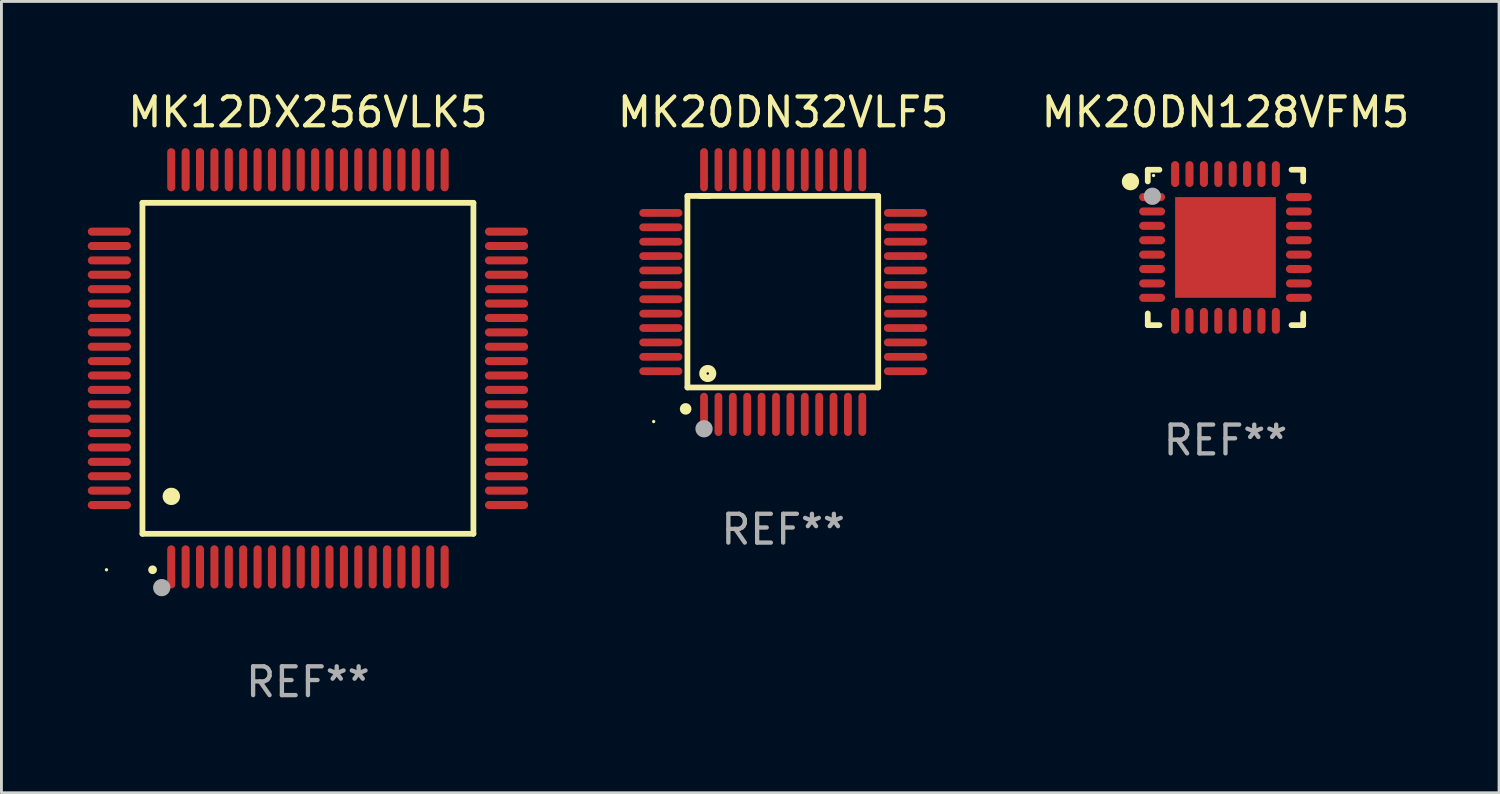
<source format=kicad_pcb>
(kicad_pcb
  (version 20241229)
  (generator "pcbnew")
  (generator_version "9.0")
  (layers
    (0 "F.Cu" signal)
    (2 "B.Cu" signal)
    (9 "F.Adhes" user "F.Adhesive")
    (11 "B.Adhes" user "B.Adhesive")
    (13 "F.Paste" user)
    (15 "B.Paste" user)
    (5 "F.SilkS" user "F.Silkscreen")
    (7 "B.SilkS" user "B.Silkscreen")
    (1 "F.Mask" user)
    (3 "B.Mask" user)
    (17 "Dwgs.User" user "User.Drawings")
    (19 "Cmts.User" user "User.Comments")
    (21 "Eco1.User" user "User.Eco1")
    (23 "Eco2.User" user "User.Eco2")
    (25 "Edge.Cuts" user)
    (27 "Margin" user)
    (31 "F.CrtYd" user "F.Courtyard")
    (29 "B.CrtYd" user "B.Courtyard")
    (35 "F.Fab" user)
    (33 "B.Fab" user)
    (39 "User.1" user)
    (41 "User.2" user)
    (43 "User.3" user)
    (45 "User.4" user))
  (footprint "MK20DN128VFM5"
    (layer "F.Cu")
    (at 39.532 5.548)
    (property "Reference" "MK20DN128VFM5" (at 0 -4.7 0) (layer "F.SilkS") (effects (font (size 1 1) (thickness 0.15))))
    (attr through_hole)
    (fp_line (start -2.7 -2.7) (end -2.295 -2.7) (stroke (width 0.2) (type solid)) (layer "F.SilkS"))
    (fp_line (start -2.7 -2.295) (end -2.7 -2.7) (stroke (width 0.2) (type solid)) (layer "F.SilkS"))
    (fp_line (start -2.7 2.295) (end -2.7 2.7) (stroke (width 0.2) (type solid)) (layer "F.SilkS"))
    (fp_line (start -2.7 2.7) (end -2.295 2.7) (stroke (width 0.2) (type solid)) (layer "F.SilkS"))
    (fp_line (start 2.295 -2.7) (end 2.7 -2.7) (stroke (width 0.2) (type solid)) (layer "F.SilkS"))
    (fp_line (start 2.295 2.7) (end 2.7 2.7) (stroke (width 0.2) (type solid)) (layer "F.SilkS"))
    (fp_line (start 2.7 -2.7) (end 2.7 -2.295) (stroke (width 0.2) (type solid)) (layer "F.SilkS"))
    (fp_line (start 2.7 2.7) (end 2.7 2.295) (stroke (width 0.2) (type solid)) (layer "F.SilkS"))
    (fp_circle (center -3.302 -2.286) (end -3.152 -2.286) (stroke (width 0.3) (type solid)) (fill no) (layer "F.SilkS"))
    (fp_circle (center -2.5 -2.5) (end -2.47 -2.5) (stroke (width 0.06) (type solid)) (fill no) (layer "F.SilkS"))
    (fp_circle (center -2.54 -1.778) (end -2.39 -1.778) (stroke (width 0.3) (type solid)) (fill no) (layer "F.Fab"))
    (fp_text user "REF**" (at 0 6.7 0) (layer "F.Fab") (effects (font (size 1 1) (thickness 0.15))))
    (pad "1" smd oval (at -2.55 -1.75 90) (size 0.28 0.9) (layers "F.Cu" "F.Mask" "F.Paste"))
    (pad "2" smd oval (at -2.55 -1.25 90) (size 0.28 0.9) (layers "F.Cu" "F.Mask" "F.Paste"))
    (pad "3" smd oval (at -2.55 -0.75 90) (size 0.28 0.9) (layers "F.Cu" "F.Mask" "F.Paste"))
    (pad "4" smd oval (at -2.55 -0.25 90) (size 0.28 0.9) (layers "F.Cu" "F.Mask" "F.Paste"))
    (pad "5" smd oval (at -2.55 0.25 90) (size 0.28 0.9) (layers "F.Cu" "F.Mask" "F.Paste"))
    (pad "6" smd oval (at -2.55 0.75 90) (size 0.28 0.9) (layers "F.Cu" "F.Mask" "F.Paste"))
    (pad "7" smd oval (at -2.55 1.25 90) (size 0.28 0.9) (layers "F.Cu" "F.Mask" "F.Paste"))
    (pad "8" smd oval (at -2.55 1.75 90) (size 0.28 0.9) (layers "F.Cu" "F.Mask" "F.Paste"))
    (pad "9" smd oval (at -1.75 2.55) (size 0.28 0.9) (layers "F.Cu" "F.Mask" "F.Paste"))
    (pad "10" smd oval (at -1.25 2.55) (size 0.28 0.9) (layers "F.Cu" "F.Mask" "F.Paste"))
    (pad "11" smd oval (at -0.75 2.55) (size 0.28 0.9) (layers "F.Cu" "F.Mask" "F.Paste"))
    (pad "12" smd oval (at -0.25 2.55) (size 0.28 0.9) (layers "F.Cu" "F.Mask" "F.Paste"))
    (pad "13" smd oval (at 0.25 2.55) (size 0.28 0.9) (layers "F.Cu" "F.Mask" "F.Paste"))
    (pad "14" smd oval (at 0.75 2.55) (size 0.28 0.9) (layers "F.Cu" "F.Mask" "F.Paste"))
    (pad "15" smd oval (at 1.25 2.55) (size 0.28 0.9) (layers "F.Cu" "F.Mask" "F.Paste"))
    (pad "16" smd oval (at 1.75 2.55) (size 0.28 0.9) (layers "F.Cu" "F.Mask" "F.Paste"))
    (pad "17" smd oval (at 2.55 1.75 90) (size 0.28 0.9) (layers "F.Cu" "F.Mask" "F.Paste"))
    (pad "18" smd oval (at 2.55 1.25 90) (size 0.28 0.9) (layers "F.Cu" "F.Mask" "F.Paste"))
    (pad "19" smd oval (at 2.55 0.75 90) (size 0.28 0.9) (layers "F.Cu" "F.Mask" "F.Paste"))
    (pad "20" smd oval (at 2.55 0.25 90) (size 0.28 0.9) (layers "F.Cu" "F.Mask" "F.Paste"))
    (pad "21" smd oval (at 2.55 -0.25 90) (size 0.28 0.9) (layers "F.Cu" "F.Mask" "F.Paste"))
    (pad "22" smd oval (at 2.55 -0.75 90) (size 0.28 0.9) (layers "F.Cu" "F.Mask" "F.Paste"))
    (pad "23" smd oval (at 2.55 -1.25 90) (size 0.28 0.9) (layers "F.Cu" "F.Mask" "F.Paste"))
    (pad "24" smd oval (at 2.55 -1.75 90) (size 0.28 0.9) (layers "F.Cu" "F.Mask" "F.Paste"))
    (pad "25" smd oval (at 1.75 -2.55) (size 0.28 0.9) (layers "F.Cu" "F.Mask" "F.Paste"))
    (pad "26" smd oval (at 1.25 -2.55) (size 0.28 0.9) (layers "F.Cu" "F.Mask" "F.Paste"))
    (pad "27" smd oval (at 0.75 -2.55) (size 0.28 0.9) (layers "F.Cu" "F.Mask" "F.Paste"))
    (pad "28" smd oval (at 0.25 -2.55) (size 0.28 0.9) (layers "F.Cu" "F.Mask" "F.Paste"))
    (pad "29" smd oval (at -0.25 -2.55) (size 0.28 0.9) (layers "F.Cu" "F.Mask" "F.Paste"))
    (pad "30" smd oval (at -0.75 -2.55) (size 0.28 0.9) (layers "F.Cu" "F.Mask" "F.Paste"))
    (pad "31" smd oval (at -1.25 -2.55) (size 0.28 0.9) (layers "F.Cu" "F.Mask" "F.Paste"))
    (pad "32" smd oval (at -1.75 -2.55) (size 0.28 0.9) (layers "F.Cu" "F.Mask" "F.Paste"))
    (pad "33" smd rect (at 0 0) (size 3.5 3.5) (layers "F.Cu" "F.Mask" "F.Paste")))
  (footprint "MK12DX256VLK5"
    (layer "F.Cu")
    (at 7.65 9.748)
    (property "Reference" "MK12DX256VLK5" (at 0 -8.9 0) (layer "F.SilkS") (effects (font (size 1 1) (thickness 0.15))))
    (attr through_hole)
    (fp_line (start -5.75 -5.75) (end 5.75 -5.75) (stroke (width 0.2) (type solid)) (layer "F.SilkS"))
    (fp_line (start -5.75 5.75) (end -5.75 -5.75) (stroke (width 0.2) (type solid)) (layer "F.SilkS"))
    (fp_line (start 5.75 -5.75) (end 5.75 5.75) (stroke (width 0.2) (type solid)) (layer "F.SilkS"))
    (fp_line (start 5.75 5.75) (end -5.75 5.75) (stroke (width 0.2) (type solid)) (layer "F.SilkS"))
    (fp_arc (start -5.400051 7.000254) (mid -5.398781 7.000249) (end -5.397511 7.000254) (stroke (width 0.3) (type solid)) (layer "F.SilkS"))
    (fp_arc (start -4.749809 4.450089) (mid -4.747269 4.450078) (end -4.744729 4.450089) (stroke (width 0.6) (type solid)) (layer "F.SilkS"))
    (fp_circle (center -7 7) (end -6.97 7) (stroke (width 0.06) (type solid)) (fill no) (layer "F.SilkS"))
    (fp_circle (center -5.08 7.62) (end -4.93 7.62) (stroke (width 0.3) (type solid)) (fill no) (layer "F.Fab"))
    (fp_text user "REF**" (at 0 10.9 0) (layer "F.Fab") (effects (font (size 1 1) (thickness 0.15))))
    (pad "1" smd oval (at -4.75 6.9 180) (size 0.28 1.5) (layers "F.Cu" "F.Mask" "F.Paste"))
    (pad "2" smd oval (at -4.25 6.9 180) (size 0.28 1.5) (layers "F.Cu" "F.Mask" "F.Paste"))
    (pad "3" smd oval (at -3.75 6.9 180) (size 0.28 1.5) (layers "F.Cu" "F.Mask" "F.Paste"))
    (pad "4" smd oval (at -3.25 6.9 180) (size 0.28 1.5) (layers "F.Cu" "F.Mask" "F.Paste"))
    (pad "5" smd oval (at -2.75 6.9 180) (size 0.28 1.5) (layers "F.Cu" "F.Mask" "F.Paste"))
    (pad "6" smd oval (at -2.25 6.9 180) (size 0.28 1.5) (layers "F.Cu" "F.Mask" "F.Paste"))
    (pad "7" smd oval (at -1.75 6.9 180) (size 0.28 1.5) (layers "F.Cu" "F.Mask" "F.Paste"))
    (pad "8" smd oval (at -1.25 6.9 180) (size 0.28 1.5) (layers "F.Cu" "F.Mask" "F.Paste"))
    (pad "9" smd oval (at -0.75 6.9 180) (size 0.28 1.5) (layers "F.Cu" "F.Mask" "F.Paste"))
    (pad "10" smd oval (at -0.25 6.9 180) (size 0.28 1.5) (layers "F.Cu" "F.Mask" "F.Paste"))
    (pad "11" smd oval (at 0.25 6.9 180) (size 0.28 1.5) (layers "F.Cu" "F.Mask" "F.Paste"))
    (pad "12" smd oval (at 0.75 6.9 180) (size 0.28 1.5) (layers "F.Cu" "F.Mask" "F.Paste"))
    (pad "13" smd oval (at 1.25 6.9 180) (size 0.28 1.5) (layers "F.Cu" "F.Mask" "F.Paste"))
    (pad "14" smd oval (at 1.75 6.9 180) (size 0.28 1.5) (layers "F.Cu" "F.Mask" "F.Paste"))
    (pad "15" smd oval (at 2.25 6.9 180) (size 0.28 1.5) (layers "F.Cu" "F.Mask" "F.Paste"))
    (pad "16" smd oval (at 2.75 6.9 180) (size 0.28 1.5) (layers "F.Cu" "F.Mask" "F.Paste"))
    (pad "17" smd oval (at 3.25 6.9 180) (size 0.28 1.5) (layers "F.Cu" "F.Mask" "F.Paste"))
    (pad "18" smd oval (at 3.75 6.9 180) (size 0.28 1.5) (layers "F.Cu" "F.Mask" "F.Paste"))
    (pad "19" smd oval (at 4.25 6.9 180) (size 0.28 1.5) (layers "F.Cu" "F.Mask" "F.Paste"))
    (pad "20" smd oval (at 4.75 6.9) (size 0.28 1.5) (layers "F.Cu" "F.Mask" "F.Paste"))
    (pad "21" smd oval (at 6.9 4.75 270) (size 0.28 1.5) (layers "F.Cu" "F.Mask" "F.Paste"))
    (pad "22" smd oval (at 6.9 4.25 90) (size 0.28 1.5) (layers "F.Cu" "F.Mask" "F.Paste"))
    (pad "23" smd oval (at 6.9 3.75 90) (size 0.28 1.5) (layers "F.Cu" "F.Mask" "F.Paste"))
    (pad "24" smd oval (at 6.9 3.25 90) (size 0.28 1.5) (layers "F.Cu" "F.Mask" "F.Paste"))
    (pad "25" smd oval (at 6.9 2.75 90) (size 0.28 1.5) (layers "F.Cu" "F.Mask" "F.Paste"))
    (pad "26" smd oval (at 6.9 2.25 90) (size 0.28 1.5) (layers "F.Cu" "F.Mask" "F.Paste"))
    (pad "27" smd oval (at 6.9 1.75 90) (size 0.28 1.5) (layers "F.Cu" "F.Mask" "F.Paste"))
    (pad "28" smd oval (at 6.9 1.25 90) (size 0.28 1.5) (layers "F.Cu" "F.Mask" "F.Paste"))
    (pad "29" smd oval (at 6.9 0.75 90) (size 0.28 1.5) (layers "F.Cu" "F.Mask" "F.Paste"))
    (pad "30" smd oval (at 6.9 0.25 90) (size 0.28 1.5) (layers "F.Cu" "F.Mask" "F.Paste"))
    (pad "31" smd oval (at 6.9 -0.25 90) (size 0.28 1.5) (layers "F.Cu" "F.Mask" "F.Paste"))
    (pad "32" smd oval (at 6.9 -0.75 90) (size 0.28 1.5) (layers "F.Cu" "F.Mask" "F.Paste"))
    (pad "33" smd oval (at 6.9 -1.25 90) (size 0.28 1.5) (layers "F.Cu" "F.Mask" "F.Paste"))
    (pad "34" smd oval (at 6.9 -1.75 90) (size 0.28 1.5) (layers "F.Cu" "F.Mask" "F.Paste"))
    (pad "35" smd oval (at 6.9 -2.25 90) (size 0.28 1.5) (layers "F.Cu" "F.Mask" "F.Paste"))
    (pad "36" smd oval (at 6.9 -2.75 90) (size 0.28 1.5) (layers "F.Cu" "F.Mask" "F.Paste"))
    (pad "37" smd oval (at 6.9 -3.25 90) (size 0.28 1.5) (layers "F.Cu" "F.Mask" "F.Paste"))
    (pad "38" smd oval (at 6.9 -3.75 90) (size 0.28 1.5) (layers "F.Cu" "F.Mask" "F.Paste"))
    (pad "39" smd oval (at 6.9 -4.25 90) (size 0.28 1.5) (layers "F.Cu" "F.Mask" "F.Paste"))
    (pad "40" smd oval (at 6.9 -4.75 90) (size 0.28 1.5) (layers "F.Cu" "F.Mask" "F.Paste"))
    (pad "41" smd oval (at 4.75 -6.9) (size 0.28 1.5) (layers "F.Cu" "F.Mask" "F.Paste"))
    (pad "42" smd oval (at 4.25 -6.9 180) (size 0.28 1.5) (layers "F.Cu" "F.Mask" "F.Paste"))
    (pad "43" smd oval (at 3.75 -6.9 180) (size 0.28 1.5) (layers "F.Cu" "F.Mask" "F.Paste"))
    (pad "44" smd oval (at 3.25 -6.9 180) (size 0.28 1.5) (layers "F.Cu" "F.Mask" "F.Paste"))
    (pad "45" smd oval (at 2.75 -6.9 180) (size 0.28 1.5) (layers "F.Cu" "F.Mask" "F.Paste"))
    (pad "46" smd oval (at 2.25 -6.9 180) (size 0.28 1.5) (layers "F.Cu" "F.Mask" "F.Paste"))
    (pad "47" smd oval (at 1.75 -6.9 180) (size 0.28 1.5) (layers "F.Cu" "F.Mask" "F.Paste"))
    (pad "48" smd oval (at 1.25 -6.9 180) (size 0.28 1.5) (layers "F.Cu" "F.Mask" "F.Paste"))
    (pad "49" smd oval (at 0.75 -6.9 180) (size 0.28 1.5) (layers "F.Cu" "F.Mask" "F.Paste"))
    (pad "50" smd oval (at 0.25 -6.9 180) (size 0.28 1.5) (layers "F.Cu" "F.Mask" "F.Paste"))
    (pad "51" smd oval (at -0.25 -6.9 180) (size 0.28 1.5) (layers "F.Cu" "F.Mask" "F.Paste"))
    (pad "52" smd oval (at -0.75 -6.9 180) (size 0.28 1.5) (layers "F.Cu" "F.Mask" "F.Paste"))
    (pad "53" smd oval (at -1.25 -6.9 180) (size 0.28 1.5) (layers "F.Cu" "F.Mask" "F.Paste"))
    (pad "54" smd oval (at -1.75 -6.9 180) (size 0.28 1.5) (layers "F.Cu" "F.Mask" "F.Paste"))
    (pad "55" smd oval (at -2.25 -6.9 180) (size 0.28 1.5) (layers "F.Cu" "F.Mask" "F.Paste"))
    (pad "56" smd oval (at -2.75 -6.9 180) (size 0.28 1.5) (layers "F.Cu" "F.Mask" "F.Paste"))
    (pad "57" smd oval (at -3.25 -6.9 180) (size 0.28 1.5) (layers "F.Cu" "F.Mask" "F.Paste"))
    (pad "58" smd oval (at -3.75 -6.9 180) (size 0.28 1.5) (layers "F.Cu" "F.Mask" "F.Paste"))
    (pad "59" smd oval (at -4.25 -6.9 180) (size 0.28 1.5) (layers "F.Cu" "F.Mask" "F.Paste"))
    (pad "60" smd oval (at -4.75 -6.9 180) (size 0.28 1.5) (layers "F.Cu" "F.Mask" "F.Paste"))
    (pad "61" smd oval (at -6.9 -4.75 90) (size 0.28 1.5) (layers "F.Cu" "F.Mask" "F.Paste"))
    (pad "62" smd oval (at -6.9 -4.25 90) (size 0.28 1.5) (layers "F.Cu" "F.Mask" "F.Paste"))
    (pad "63" smd oval (at -6.9 -3.75 90) (size 0.28 1.5) (layers "F.Cu" "F.Mask" "F.Paste"))
    (pad "64" smd oval (at -6.9 -3.25 90) (size 0.28 1.5) (layers "F.Cu" "F.Mask" "F.Paste"))
    (pad "65" smd oval (at -6.9 -2.75 90) (size 0.28 1.5) (layers "F.Cu" "F.Mask" "F.Paste"))
    (pad "66" smd oval (at -6.9 -2.25 90) (size 0.28 1.5) (layers "F.Cu" "F.Mask" "F.Paste"))
    (pad "67" smd oval (at -6.9 -1.75 90) (size 0.28 1.5) (layers "F.Cu" "F.Mask" "F.Paste"))
    (pad "68" smd oval (at -6.9 -1.25 90) (size 0.28 1.5) (layers "F.Cu" "F.Mask" "F.Paste"))
    (pad "69" smd oval (at -6.9 -0.75 90) (size 0.28 1.5) (layers "F.Cu" "F.Mask" "F.Paste"))
    (pad "70" smd oval (at -6.9 -0.25 90) (size 0.28 1.5) (layers "F.Cu" "F.Mask" "F.Paste"))
    (pad "71" smd oval (at -6.9 0.25 90) (size 0.28 1.5) (layers "F.Cu" "F.Mask" "F.Paste"))
    (pad "72" smd oval (at -6.9 0.75 90) (size 0.28 1.5) (layers "F.Cu" "F.Mask" "F.Paste"))
    (pad "73" smd oval (at -6.9 1.25 90) (size 0.28 1.5) (layers "F.Cu" "F.Mask" "F.Paste"))
    (pad "74" smd oval (at -6.9 1.75 90) (size 0.28 1.5) (layers "F.Cu" "F.Mask" "F.Paste"))
    (pad "75" smd oval (at -6.9 2.25 90) (size 0.28 1.5) (layers "F.Cu" "F.Mask" "F.Paste"))
    (pad "76" smd oval (at -6.9 2.75 90) (size 0.28 1.5) (layers "F.Cu" "F.Mask" "F.Paste"))
    (pad "77" smd oval (at -6.9 3.25 90) (size 0.28 1.5) (layers "F.Cu" "F.Mask" "F.Paste"))
    (pad "78" smd oval (at -6.9 3.75 90) (size 0.28 1.5) (layers "F.Cu" "F.Mask" "F.Paste"))
    (pad "79" smd oval (at -6.9 4.25 90) (size 0.28 1.5) (layers "F.Cu" "F.Mask" "F.Paste"))
    (pad "80" smd oval (at -6.9 4.75 270) (size 0.28 1.5) (layers "F.Cu" "F.Mask" "F.Paste")))
  (footprint "MK20DN32VLF5"
    (layer "F.Cu")
    (at 24.163 7.098)
    (property "Reference" "MK20DN32VLF5" (at 0 -6.25 0) (layer "F.SilkS") (effects (font (size 1 1) (thickness 0.15))))
    (attr through_hole)
    (fp_line (start -3.327 -3.34) (end -2.565 -3.34) (stroke (width 0.2) (type solid)) (layer "F.SilkS"))
    (fp_line (start -3.327 3.315) (end -3.327 -3.34) (stroke (width 0.2) (type solid)) (layer "F.SilkS"))
    (fp_line (start -2.896 -3.34) (end 3.302 -3.34) (stroke (width 0.2) (type solid)) (layer "F.SilkS"))
    (fp_line (start 3.302 -3.34) (end 3.302 3.315) (stroke (width 0.2) (type solid)) (layer "F.SilkS"))
    (fp_line (start 3.302 3.315) (end -3.327 3.315) (stroke (width 0.2) (type solid)) (layer "F.SilkS"))
    (fp_arc (start -3.389992 4.059995) (mid -3.388722 4.059991) (end -3.387452 4.059995) (stroke (width 0.4) (type solid)) (layer "F.SilkS"))
    (fp_circle (center -4.5 4.5) (end -4.47 4.5) (stroke (width 0.06) (type solid)) (fill no) (layer "F.SilkS"))
    (fp_circle (center -2.62 2.83) (end -2.45 2.83) (stroke (width 0.254) (type solid)) (fill no) (layer "F.SilkS"))
    (fp_circle (center -2.75 4.75) (end -2.6 4.75) (stroke (width 0.3) (type solid)) (fill no) (layer "F.Fab"))
    (fp_text user "REF**" (at 0 8.25 0) (layer "F.Fab") (effects (font (size 1 1) (thickness 0.15))))
    (pad "1" smd oval (at -2.75 4.25) (size 0.27 1.5) (layers "F.Cu" "F.Mask" "F.Paste"))
    (pad "2" smd oval (at -2.25 4.25) (size 0.27 1.5) (layers "F.Cu" "F.Mask" "F.Paste"))
    (pad "3" smd oval (at -1.75 4.25) (size 0.27 1.5) (layers "F.Cu" "F.Mask" "F.Paste"))
    (pad "4" smd oval (at -1.25 4.25) (size 0.27 1.5) (layers "F.Cu" "F.Mask" "F.Paste"))
    (pad "5" smd oval (at -0.75 4.25) (size 0.27 1.5) (layers "F.Cu" "F.Mask" "F.Paste"))
    (pad "6" smd oval (at -0.25 4.25) (size 0.27 1.5) (layers "F.Cu" "F.Mask" "F.Paste"))
    (pad "7" smd oval (at 0.25 4.25) (size 0.27 1.5) (layers "F.Cu" "F.Mask" "F.Paste"))
    (pad "8" smd oval (at 0.75 4.25) (size 0.27 1.5) (layers "F.Cu" "F.Mask" "F.Paste"))
    (pad "9" smd oval (at 1.25 4.25) (size 0.27 1.5) (layers "F.Cu" "F.Mask" "F.Paste"))
    (pad "10" smd oval (at 1.75 4.25) (size 0.27 1.5) (layers "F.Cu" "F.Mask" "F.Paste"))
    (pad "11" smd oval (at 2.25 4.25) (size 0.27 1.5) (layers "F.Cu" "F.Mask" "F.Paste"))
    (pad "12" smd oval (at 2.75 4.25) (size 0.27 1.5) (layers "F.Cu" "F.Mask" "F.Paste"))
    (pad "13" smd oval (at 4.25 2.75) (size 1.5 0.27) (layers "F.Cu" "F.Mask" "F.Paste"))
    (pad "14" smd oval (at 4.25 2.25) (size 1.5 0.27) (layers "F.Cu" "F.Mask" "F.Paste"))
    (pad "15" smd oval (at 4.25 1.75) (size 1.5 0.27) (layers "F.Cu" "F.Mask" "F.Paste"))
    (pad "16" smd oval (at 4.25 1.25) (size 1.5 0.27) (layers "F.Cu" "F.Mask" "F.Paste"))
    (pad "17" smd oval (at 4.25 0.75) (size 1.5 0.27) (layers "F.Cu" "F.Mask" "F.Paste"))
    (pad "18" smd oval (at 4.25 0.25) (size 1.5 0.27) (layers "F.Cu" "F.Mask" "F.Paste"))
    (pad "19" smd oval (at 4.25 -0.25) (size 1.5 0.27) (layers "F.Cu" "F.Mask" "F.Paste"))
    (pad "20" smd oval (at 4.25 -0.75) (size 1.5 0.27) (layers "F.Cu" "F.Mask" "F.Paste"))
    (pad "21" smd oval (at 4.25 -1.25) (size 1.5 0.27) (layers "F.Cu" "F.Mask" "F.Paste"))
    (pad "22" smd oval (at 4.25 -1.75) (size 1.5 0.27) (layers "F.Cu" "F.Mask" "F.Paste"))
    (pad "23" smd oval (at 4.25 -2.25) (size 1.5 0.27) (layers "F.Cu" "F.Mask" "F.Paste"))
    (pad "24" smd oval (at 4.25 -2.75) (size 1.5 0.27) (layers "F.Cu" "F.Mask" "F.Paste"))
    (pad "25" smd oval (at 2.75 -4.25) (size 0.27 1.5) (layers "F.Cu" "F.Mask" "F.Paste"))
    (pad "26" smd oval (at 2.25 -4.25) (size 0.27 1.5) (layers "F.Cu" "F.Mask" "F.Paste"))
    (pad "27" smd oval (at 1.75 -4.25) (size 0.27 1.5) (layers "F.Cu" "F.Mask" "F.Paste"))
    (pad "28" smd oval (at 1.25 -4.25) (size 0.27 1.5) (layers "F.Cu" "F.Mask" "F.Paste"))
    (pad "29" smd oval (at 0.75 -4.25) (size 0.27 1.5) (layers "F.Cu" "F.Mask" "F.Paste"))
    (pad "30" smd oval (at 0.25 -4.25) (size 0.27 1.5) (layers "F.Cu" "F.Mask" "F.Paste"))
    (pad "31" smd oval (at -0.25 -4.25) (size 0.27 1.5) (layers "F.Cu" "F.Mask" "F.Paste"))
    (pad "32" smd oval (at -0.75 -4.25) (size 0.27 1.5) (layers "F.Cu" "F.Mask" "F.Paste"))
    (pad "33" smd oval (at -1.25 -4.25) (size 0.27 1.5) (layers "F.Cu" "F.Mask" "F.Paste"))
    (pad "34" smd oval (at -1.75 -4.25) (size 0.27 1.5) (layers "F.Cu" "F.Mask" "F.Paste"))
    (pad "35" smd oval (at -2.25 -4.25) (size 0.27 1.5) (layers "F.Cu" "F.Mask" "F.Paste"))
    (pad "36" smd oval (at -2.75 -4.25) (size 0.27 1.5) (layers "F.Cu" "F.Mask" "F.Paste"))
    (pad "37" smd oval (at -4.25 -2.75) (size 1.5 0.27) (layers "F.Cu" "F.Mask" "F.Paste"))
    (pad "38" smd oval (at -4.25 -2.25) (size 1.5 0.27) (layers "F.Cu" "F.Mask" "F.Paste"))
    (pad "39" smd oval (at -4.25 -1.75) (size 1.5 0.27) (layers "F.Cu" "F.Mask" "F.Paste"))
    (pad "40" smd oval (at -4.25 -1.25) (size 1.5 0.27) (layers "F.Cu" "F.Mask" "F.Paste"))
    (pad "41" smd oval (at -4.25 -0.75) (size 1.5 0.27) (layers "F.Cu" "F.Mask" "F.Paste"))
    (pad "42" smd oval (at -4.25 -0.25) (size 1.5 0.27) (layers "F.Cu" "F.Mask" "F.Paste"))
    (pad "43" smd oval (at -4.25 0.25) (size 1.5 0.27) (layers "F.Cu" "F.Mask" "F.Paste"))
    (pad "44" smd oval (at -4.25 0.75) (size 1.5 0.27) (layers "F.Cu" "F.Mask" "F.Paste"))
    (pad "45" smd oval (at -4.25 1.25) (size 1.5 0.27) (layers "F.Cu" "F.Mask" "F.Paste"))
    (pad "46" smd oval (at -4.25 1.75) (size 1.5 0.27) (layers "F.Cu" "F.Mask" "F.Paste"))
    (pad "47" smd oval (at -4.25 2.25) (size 1.5 0.27) (layers "F.Cu" "F.Mask" "F.Paste"))
    (pad "48" smd oval (at -4.25 2.75) (size 1.5 0.27) (layers "F.Cu" "F.Mask" "F.Paste")))
  (gr_rect
    (start -3 -3)
    (end 49.038 24.496)
    (stroke (width 0.1) (type default))
    (fill no)
    (layer "Edge.Cuts")))
</source>
